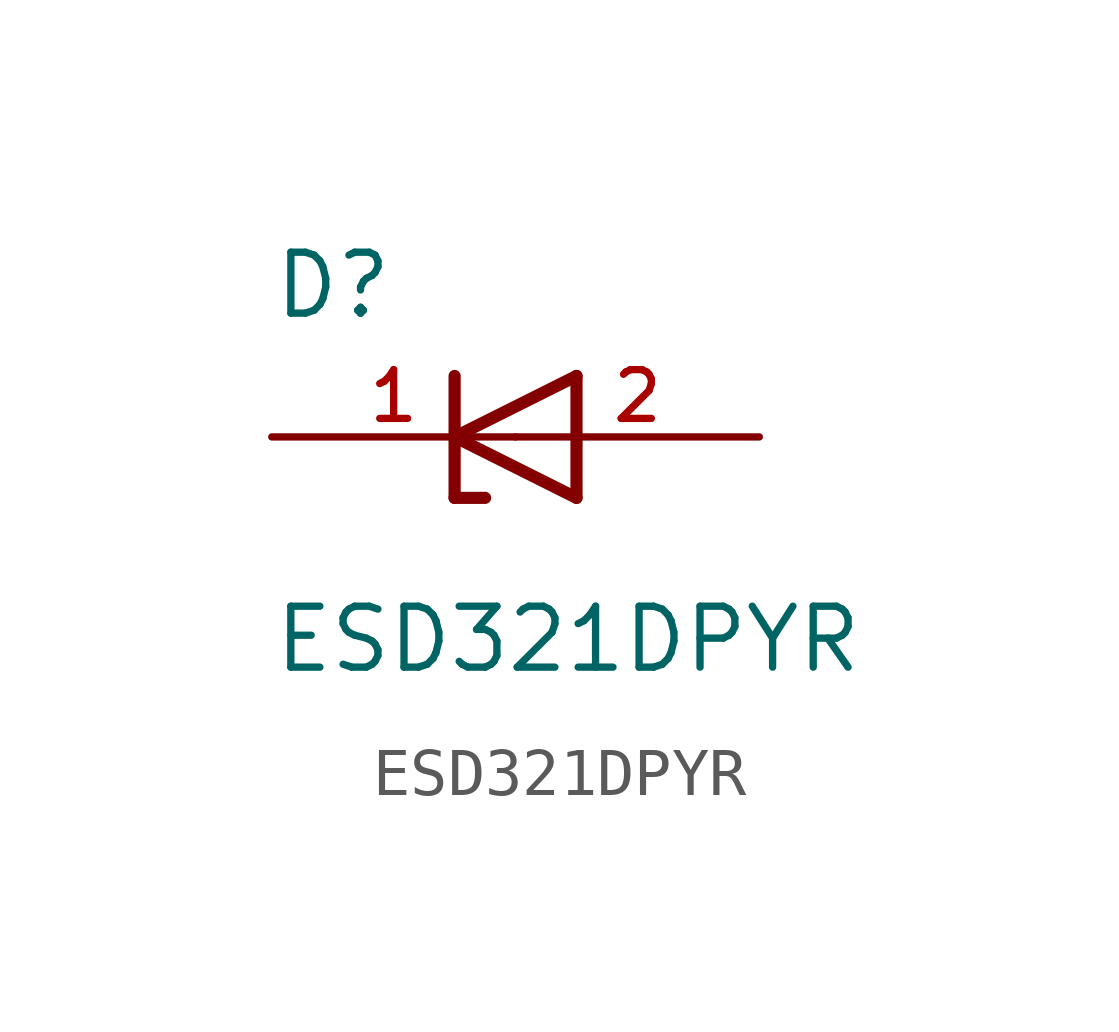
<source format=kicad_sym>
(kicad_symbol_lib
  (version 20211014)
  (generator kicad_symbol_editor)
  (symbol "ESD321DPYR"
    (pin_names
      (offset 1.016))
    (property "Reference" "D"
      (at -5.084 2.416 0)
      (effects (font (size 1.27 1.27)) (justify bottom left)))
    (property "Value" "ESD321DPYR"
      (at -5.085 -4.961 0)
      (effects (font (size 1.27 1.27)) (justify bottom left)))
    (symbol "ESD321DPYR_0_0"
      (polyline (pts (xy 1.27 1.27) (xy -1.27 0.0)) (stroke (width 0.254)))
      (polyline (pts (xy -1.27 0.0) (xy 1.27 -1.27)) (stroke (width 0.254)))
      (polyline (pts (xy -0.635 -1.27) (xy -1.27 -1.27)) (stroke (width 0.254)))
      (polyline (pts (xy -1.27 -1.27) (xy -1.27 0.0)) (stroke (width 0.254)))
      (polyline (pts (xy 1.27 -1.27) (xy 1.27 1.27)) (stroke (width 0.254)))
      (polyline (pts (xy -1.27 0.0) (xy -1.27 1.27)) (stroke (width 0.254)))
      (pin passive line (at 5.08 0.0 180.0) (length 5.08) (name "~" (effects (font (size 1.016 1.016)))) (number "2" (effects (font (size 1.016 1.016)))))
      (pin passive line (at -5.08 0.0 0) (length 5.08) (name "~" (effects (font (size 1.016 1.016)))) (number "1" (effects (font (size 1.016 1.016))))))))
</source>
